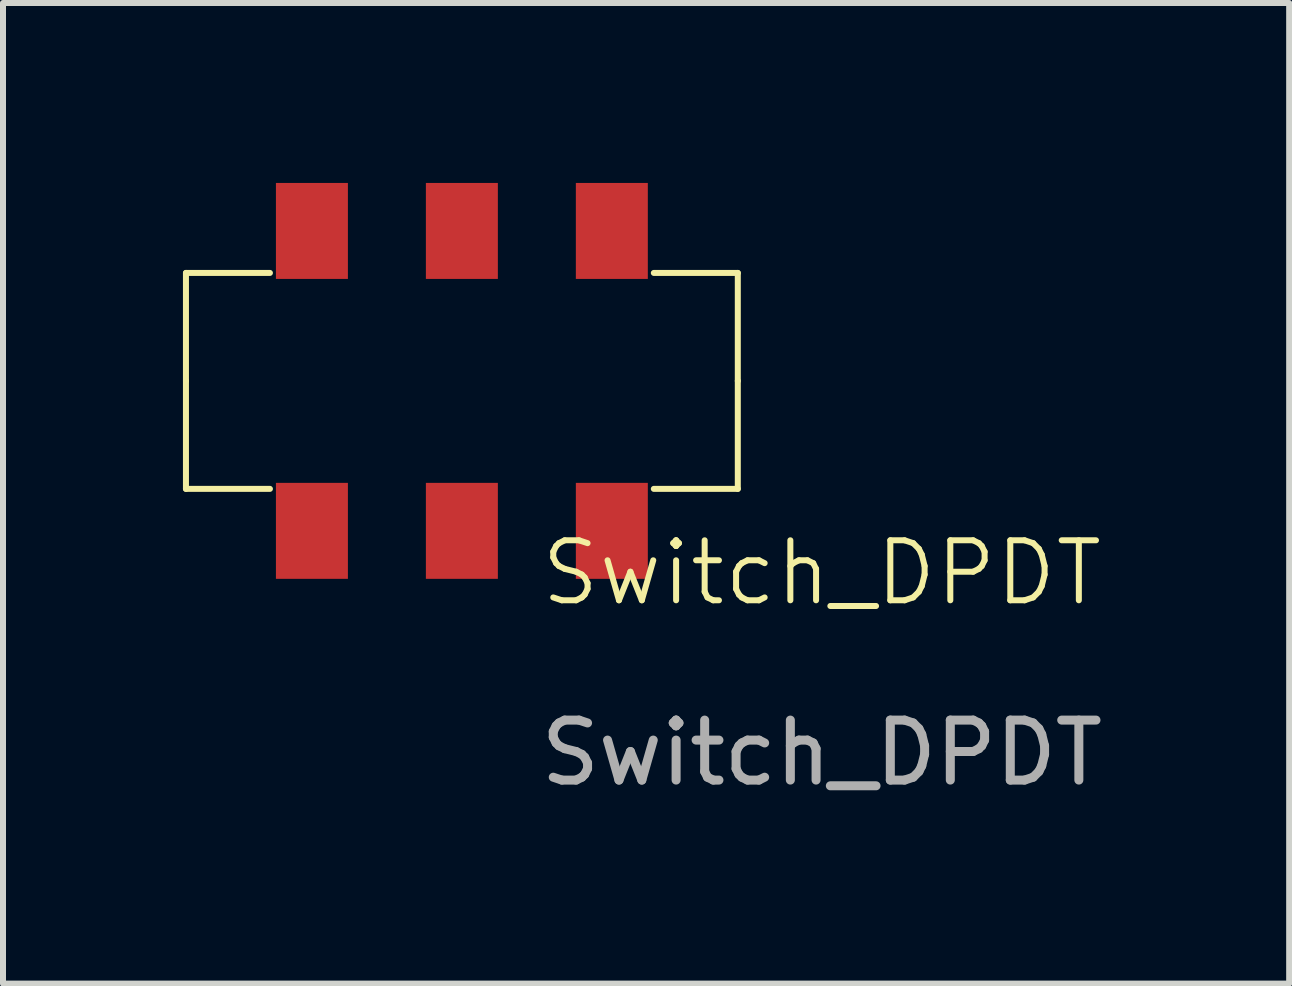
<source format=kicad_pcb>
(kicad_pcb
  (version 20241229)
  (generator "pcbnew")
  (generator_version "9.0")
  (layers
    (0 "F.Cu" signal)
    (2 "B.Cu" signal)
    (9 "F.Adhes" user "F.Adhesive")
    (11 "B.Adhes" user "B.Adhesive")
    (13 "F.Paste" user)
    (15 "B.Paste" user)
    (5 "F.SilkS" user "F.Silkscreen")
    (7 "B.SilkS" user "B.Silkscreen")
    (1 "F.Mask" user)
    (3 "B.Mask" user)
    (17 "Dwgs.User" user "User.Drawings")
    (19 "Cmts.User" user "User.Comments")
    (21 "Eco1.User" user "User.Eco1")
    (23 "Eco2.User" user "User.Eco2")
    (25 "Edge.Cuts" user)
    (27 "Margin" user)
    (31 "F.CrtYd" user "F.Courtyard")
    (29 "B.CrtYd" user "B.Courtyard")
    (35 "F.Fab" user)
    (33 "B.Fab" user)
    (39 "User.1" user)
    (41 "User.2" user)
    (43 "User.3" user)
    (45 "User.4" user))
  (footprint "Switch_DPDT"
    (layer "F.Cu")
    (at 4.65 3.3)
    (property "Reference" "Switch_DPDT" (at 6 3.2 0) (unlocked yes) (layer "F.SilkS") (effects (font (size 1 1) (thickness 0.1))))
    (attr smd)
    (fp_line (start -4.6 -1.8) (end -3.2 -1.8) (stroke (width 0.1) (type default)) (layer "F.SilkS"))
    (fp_line (start -4.6 0) (end -4.6 -1.8) (stroke (width 0.1) (type default)) (layer "F.SilkS"))
    (fp_line (start -4.6 0) (end -4.6 1.8) (stroke (width 0.1) (type default)) (layer "F.SilkS"))
    (fp_line (start -4.6 1.8) (end -3.2 1.8) (stroke (width 0.1) (type default)) (layer "F.SilkS"))
    (fp_line (start 4.6 -1.8) (end 3.2 -1.8) (stroke (width 0.1) (type default)) (layer "F.SilkS"))
    (fp_line (start 4.6 0) (end 4.6 -1.8) (stroke (width 0.1) (type default)) (layer "F.SilkS"))
    (fp_line (start 4.6 0) (end 4.6 1.8) (stroke (width 0.1) (type default)) (layer "F.SilkS"))
    (fp_line (start 4.6 1.8) (end 3.2 1.8) (stroke (width 0.1) (type default)) (layer "F.SilkS"))
    (fp_text user "${REFERENCE}" (at 6 6.2 0) (unlocked yes) (layer "F.Fab") (effects (font (size 1 1) (thickness 0.15))))
    (pad "1" smd rect (at -2.5 -2.5) (size 1.2 1.6) (layers "F.Cu" "F.Mask" "F.Paste"))
    (pad "2" smd rect (at 0 -2.5) (size 1.2 1.6) (layers "F.Cu" "F.Mask" "F.Paste"))
    (pad "3" smd rect (at 2.5 -2.5) (size 1.2 1.6) (layers "F.Cu" "F.Mask" "F.Paste"))
    (pad "4" smd rect (at -2.5 2.5) (size 1.2 1.6) (layers "F.Cu" "F.Mask" "F.Paste"))
    (pad "5" smd rect (at 0 2.5) (size 1.2 1.6) (layers "F.Cu" "F.Mask" "F.Paste"))
    (pad "6" smd rect (at 2.5 2.5) (size 1.2 1.6) (layers "F.Cu" "F.Mask" "F.Paste")))
  (gr_rect
    (start -3 -3)
    (end 18.442 13.348)
    (stroke (width 0.1) (type default))
    (fill no)
    (layer "Edge.Cuts")))
</source>
